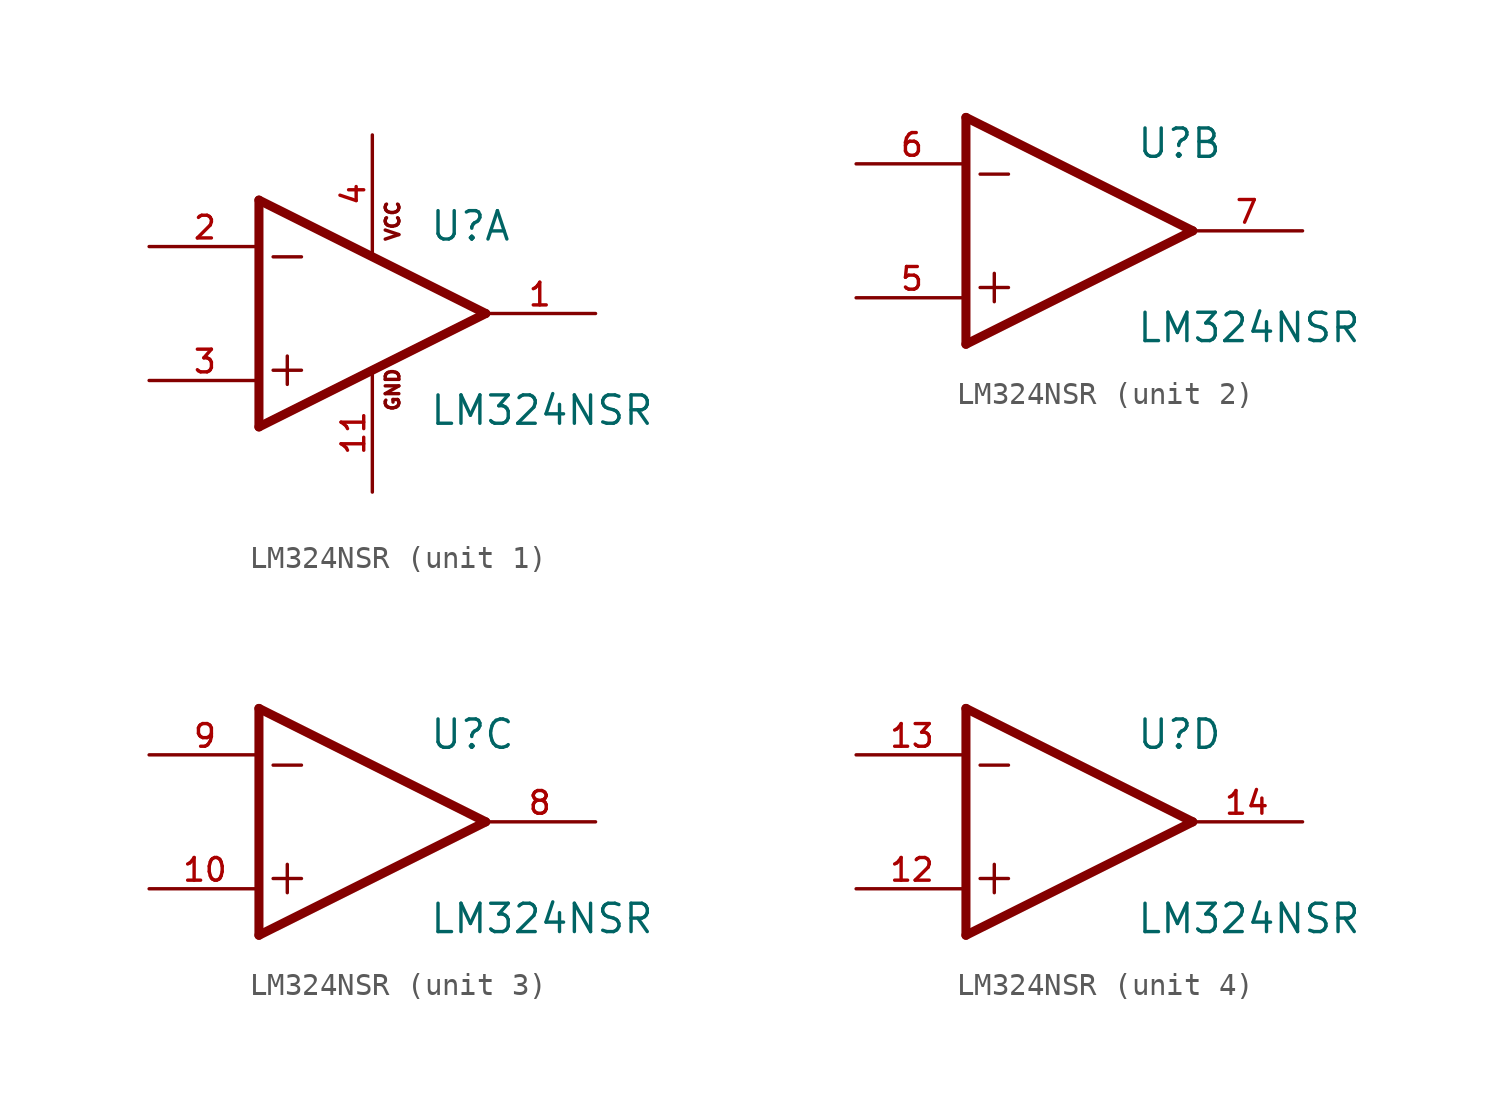
<source format=kicad_sym>
(kicad_symbol_lib
  (version 20211014)
  (generator kicad_symbol_editor)
  (symbol "LM324NSR"
    (pin_names
      (offset 1.016))
    (property "Reference" "U"
      (at 2.54 3.175 0)
      (effects (font (size 1.27 1.27)) (justify left bottom)))
    (property "Value" "LM324NSR"
      (at 2.54 -5.08 0)
      (effects (font (size 1.27 1.27)) (justify left bottom)))
    (symbol "LM324NSR_1_0"
      (polyline (pts (xy -5.08 -5.08) (xy 5.08 0)) (stroke (width 0.406) (type default) (color 0 0 0 0)) (fill (type none)))
      (polyline (pts (xy -5.08 5.08) (xy -5.08 -5.08)) (stroke (width 0.406) (type default) (color 0 0 0 0)) (fill (type none)))
      (polyline (pts (xy -4.445 -2.54) (xy -3.175 -2.54)) (stroke (width 0.152) (type default) (color 0 0 0 0)) (fill (type none)))
      (polyline (pts (xy -4.445 2.54) (xy -3.175 2.54)) (stroke (width 0.152) (type default) (color 0 0 0 0)) (fill (type none)))
      (polyline (pts (xy -3.81 -1.905) (xy -3.81 -3.175)) (stroke (width 0.152) (type default) (color 0 0 0 0)) (fill (type none)))
      (polyline (pts (xy 5.08 0) (xy -5.08 5.08)) (stroke (width 0.406) (type default) (color 0 0 0 0)) (fill (type none)))
      (text "GND" (at 1.27 -4.445 900) (effects (font (size 0.61 0.61)) (justify left bottom)))
      (text "VCC" (at 1.27 3.175 900) (effects (font (size 0.61 0.61)) (justify left bottom)))
      (pin output line (at 10 0 180) (length 5) (name "~" (effects (font (size 1.016 1.016)))) (number "1" (effects (font (size 1.016 1.016)))))
      (pin power_in line (at 0 -8 90) (length 5.3) (name "~" (effects (font (size 1.016 1.016)))) (number "11" (effects (font (size 1.016 1.016)))))
      (pin input line (at -10 3 0) (length 5) (name "~" (effects (font (size 1.016 1.016)))) (number "2" (effects (font (size 1.016 1.016)))))
      (pin input line (at -10 -3 0) (length 5) (name "~" (effects (font (size 1.016 1.016)))) (number "3" (effects (font (size 1.016 1.016)))))
      (pin power_in line (at 0 8 270) (length 5.3) (name "~" (effects (font (size 1.016 1.016)))) (number "4" (effects (font (size 1.016 1.016))))))
    (symbol "LM324NSR_2_0"
      (polyline (pts (xy -5.08 -5.08) (xy 5.08 0)) (stroke (width 0.406) (type default) (color 0 0 0 0)) (fill (type none)))
      (polyline (pts (xy -5.08 5.08) (xy -5.08 -5.08)) (stroke (width 0.406) (type default) (color 0 0 0 0)) (fill (type none)))
      (polyline (pts (xy -4.445 -2.54) (xy -3.175 -2.54)) (stroke (width 0.152) (type default) (color 0 0 0 0)) (fill (type none)))
      (polyline (pts (xy -4.445 2.54) (xy -3.175 2.54)) (stroke (width 0.152) (type default) (color 0 0 0 0)) (fill (type none)))
      (polyline (pts (xy -3.81 -1.905) (xy -3.81 -3.175)) (stroke (width 0.152) (type default) (color 0 0 0 0)) (fill (type none)))
      (polyline (pts (xy 5.08 0) (xy -5.08 5.08)) (stroke (width 0.406) (type default) (color 0 0 0 0)) (fill (type none)))
      (pin input line (at -10 -3 0) (length 5) (name "~" (effects (font (size 1.016 1.016)))) (number "5" (effects (font (size 1.016 1.016)))))
      (pin input line (at -10 3 0) (length 5) (name "~" (effects (font (size 1.016 1.016)))) (number "6" (effects (font (size 1.016 1.016)))))
      (pin output line (at 10 0 180) (length 5) (name "~" (effects (font (size 1.016 1.016)))) (number "7" (effects (font (size 1.016 1.016))))))
    (symbol "LM324NSR_3_0"
      (polyline (pts (xy -5.08 -5.08) (xy 5.08 0)) (stroke (width 0.406) (type default) (color 0 0 0 0)) (fill (type none)))
      (polyline (pts (xy -5.08 5.08) (xy -5.08 -5.08)) (stroke (width 0.406) (type default) (color 0 0 0 0)) (fill (type none)))
      (polyline (pts (xy -4.445 -2.54) (xy -3.175 -2.54)) (stroke (width 0.152) (type default) (color 0 0 0 0)) (fill (type none)))
      (polyline (pts (xy -4.445 2.54) (xy -3.175 2.54)) (stroke (width 0.152) (type default) (color 0 0 0 0)) (fill (type none)))
      (polyline (pts (xy -3.81 -1.905) (xy -3.81 -3.175)) (stroke (width 0.152) (type default) (color 0 0 0 0)) (fill (type none)))
      (polyline (pts (xy 5.08 0) (xy -5.08 5.08)) (stroke (width 0.406) (type default) (color 0 0 0 0)) (fill (type none)))
      (pin input line (at -10 -3 0) (length 5) (name "~" (effects (font (size 1.016 1.016)))) (number "10" (effects (font (size 1.016 1.016)))))
      (pin output line (at 10 0 180) (length 5) (name "~" (effects (font (size 1.016 1.016)))) (number "8" (effects (font (size 1.016 1.016)))))
      (pin input line (at -10 3 0) (length 5) (name "~" (effects (font (size 1.016 1.016)))) (number "9" (effects (font (size 1.016 1.016))))))
    (symbol "LM324NSR_4_0"
      (polyline (pts (xy -5.08 -5.08) (xy 5.08 0)) (stroke (width 0.406) (type default) (color 0 0 0 0)) (fill (type none)))
      (polyline (pts (xy -5.08 5.08) (xy -5.08 -5.08)) (stroke (width 0.406) (type default) (color 0 0 0 0)) (fill (type none)))
      (polyline (pts (xy -4.445 -2.54) (xy -3.175 -2.54)) (stroke (width 0.152) (type default) (color 0 0 0 0)) (fill (type none)))
      (polyline (pts (xy -4.445 2.54) (xy -3.175 2.54)) (stroke (width 0.152) (type default) (color 0 0 0 0)) (fill (type none)))
      (polyline (pts (xy -3.81 -1.905) (xy -3.81 -3.175)) (stroke (width 0.152) (type default) (color 0 0 0 0)) (fill (type none)))
      (polyline (pts (xy 5.08 0) (xy -5.08 5.08)) (stroke (width 0.406) (type default) (color 0 0 0 0)) (fill (type none)))
      (pin input line (at -10 -3 0) (length 5) (name "~" (effects (font (size 1.016 1.016)))) (number "12" (effects (font (size 1.016 1.016)))))
      (pin input line (at -10 3 0) (length 5) (name "~" (effects (font (size 1.016 1.016)))) (number "13" (effects (font (size 1.016 1.016)))))
      (pin output line (at 10 0 180) (length 5) (name "~" (effects (font (size 1.016 1.016)))) (number "14" (effects (font (size 1.016 1.016))))))))
</source>
